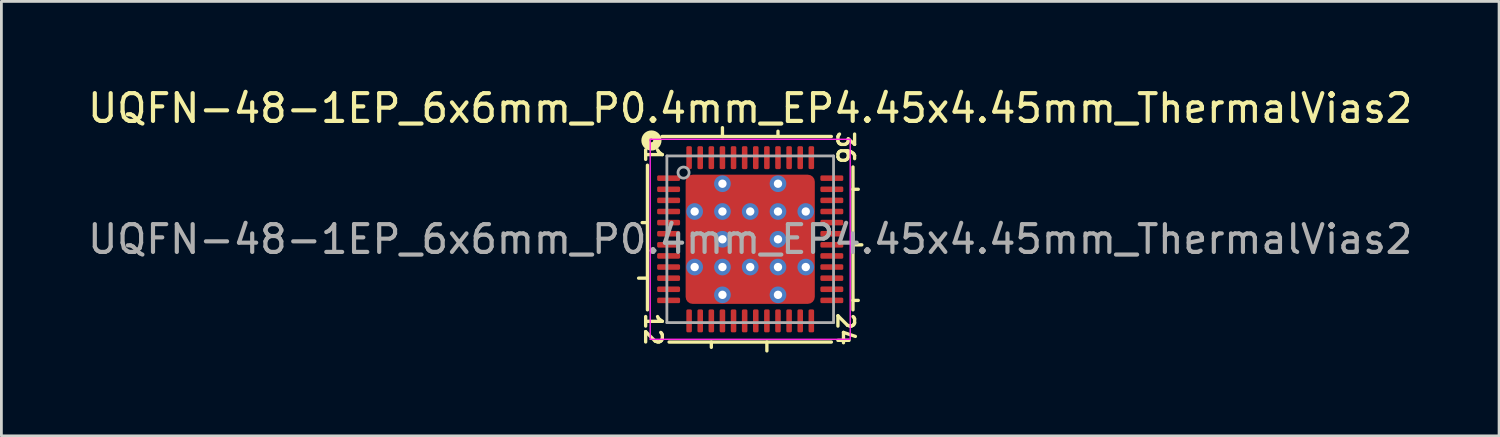
<source format=kicad_pcb>
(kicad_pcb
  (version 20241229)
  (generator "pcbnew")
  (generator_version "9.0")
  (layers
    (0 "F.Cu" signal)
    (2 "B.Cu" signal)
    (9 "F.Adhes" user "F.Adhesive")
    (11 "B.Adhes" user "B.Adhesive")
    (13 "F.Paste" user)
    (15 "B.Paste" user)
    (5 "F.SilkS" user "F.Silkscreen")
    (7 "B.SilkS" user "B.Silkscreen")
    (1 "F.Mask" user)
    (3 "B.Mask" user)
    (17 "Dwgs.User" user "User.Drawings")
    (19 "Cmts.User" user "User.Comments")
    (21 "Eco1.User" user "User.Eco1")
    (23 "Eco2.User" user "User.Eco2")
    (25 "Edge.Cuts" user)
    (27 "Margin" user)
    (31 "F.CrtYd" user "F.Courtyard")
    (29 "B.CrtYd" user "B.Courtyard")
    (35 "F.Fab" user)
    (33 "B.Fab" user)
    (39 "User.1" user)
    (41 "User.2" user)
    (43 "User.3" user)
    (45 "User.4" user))
  (footprint "UQFN-48-1EP_6x6mm_P0.4mm_EP4.45x4.45mm_ThermalVias2"
    (layer "F.Cu")
    (at 23.958 5.564)
    (property "Reference" "UQFN-48-1EP_6x6mm_P0.4mm_EP4.45x4.45mm_ThermalVias2" (at 0 -4.716 0) (layer "F.SilkS") (effects (font (size 1 1) (thickness 0.15))))
    (attr smd)
    (fp_line (start -3.7 -2.667) (end -3.7 2.54) (stroke (width 0.12) (type solid)) (layer "F.SilkS"))
    (fp_line (start -3.7 -0.6) (end -3.89 -0.6) (stroke (width 0.12) (type solid)) (layer "F.SilkS"))
    (fp_line (start -3.7 1.4) (end -4.018 1.4) (stroke (width 0.12) (type solid)) (layer "F.SilkS"))
    (fp_line (start -2.921 3.7) (end 2.921 3.7) (stroke (width 0.12) (type solid)) (layer "F.SilkS"))
    (fp_line (start -1.4 3.89) (end -1.4 3.7) (stroke (width 0.12) (type solid)) (layer "F.SilkS"))
    (fp_line (start -1 -3.7) (end -1 -4.018) (stroke (width 0.12) (type solid)) (layer "F.SilkS"))
    (fp_line (start 0.6 3.7) (end 0.6 4.018) (stroke (width 0.12) (type solid)) (layer "F.SilkS"))
    (fp_line (start 1 -3.7) (end 1 -3.89) (stroke (width 0.12) (type solid)) (layer "F.SilkS"))
    (fp_line (start 2.921 -3.7) (end -3.175 -3.7) (stroke (width 0.12) (type solid)) (layer "F.SilkS"))
    (fp_line (start 3.7 -1.8) (end 3.89 -1.8) (stroke (width 0.12) (type solid)) (layer "F.SilkS"))
    (fp_line (start 3.7 0.2) (end 4.018 0.2) (stroke (width 0.12) (type solid)) (layer "F.SilkS"))
    (fp_line (start 3.7 2.2) (end 3.89 2.2) (stroke (width 0.12) (type solid)) (layer "F.SilkS"))
    (fp_line (start 3.7 2.54) (end 3.7 -2.603) (stroke (width 0.12) (type solid)) (layer "F.SilkS"))
    (fp_circle (center -3.556 -3.556) (end -3.493 -3.556) (stroke (width 0.3) (type solid)) (fill no) (layer "F.SilkS"))
    (fp_line (start -3.6 -3.6) (end -3.6 3.6) (stroke (width 0.05) (type solid)) (layer "F.CrtYd"))
    (fp_line (start -3.6 3.6) (end 3.6 3.6) (stroke (width 0.05) (type solid)) (layer "F.CrtYd"))
    (fp_line (start 3.6 -3.6) (end -3.6 -3.6) (stroke (width 0.05) (type solid)) (layer "F.CrtYd"))
    (fp_line (start 3.6 3.6) (end 3.6 -3.6) (stroke (width 0.05) (type solid)) (layer "F.CrtYd"))
    (fp_line (start -3 -3) (end 3 -3) (stroke (width 0.1) (type solid)) (layer "F.Fab"))
    (fp_line (start -3 3) (end -3 -3) (stroke (width 0.1) (type solid)) (layer "F.Fab"))
    (fp_line (start 3 -3) (end 3 3) (stroke (width 0.1) (type solid)) (layer "F.Fab"))
    (fp_line (start 3 3) (end -3 3) (stroke (width 0.1) (type solid)) (layer "F.Fab"))
    (fp_circle (center -2.4 -2.4) (end -2.2 -2.4) (stroke (width 0.1) (type solid)) (fill no) (layer "F.Fab"))
    (fp_text user "36" (at 3.429 -3.302 270) (unlocked yes) (layer "F.SilkS") (effects (font (size 0.6 0.6) (thickness 0.12))))
    (fp_text user "24" (at 3.429 3.239 270) (unlocked yes) (layer "F.SilkS") (effects (font (size 0.6 0.6) (thickness 0.12))))
    (fp_text user "1" (at -3.493 -3.048 270) (unlocked yes) (layer "F.SilkS") (effects (font (size 0.6 0.6) (thickness 0.12))))
    (fp_text user "12" (at -3.493 3.239 270) (unlocked yes) (layer "F.SilkS") (effects (font (size 0.6 0.6) (thickness 0.12))))
    (fp_text user "${REFERENCE}" (at 0 0 0) (layer "F.Fab") (effects (font (size 1 1) (thickness 0.15))))
    (pad "" smd roundrect (at -1.775 -1.775) (size 0.65 0.65) (layers "F.Paste") (roundrect_rratio 0.25))
    (pad "" smd roundrect (at -1.775 -0.35) (size 0.65 0.5) (layers "F.Paste") (roundrect_rratio 0.25))
    (pad "" smd roundrect (at -1.775 0.35) (size 0.65 0.5) (layers "F.Paste") (roundrect_rratio 0.25))
    (pad "" smd roundrect (at -1.775 1.775) (size 0.65 0.65) (layers "F.Paste") (roundrect_rratio 0.25))
    (pad "" smd roundrect (at -1.762 -1.762 270) (size 0.925 0.925) (layers "F.Mask") (roundrect_rratio 0.25))
    (pad "" smd roundrect (at -1.762 0 270) (size 1.4 0.925) (layers "F.Mask") (roundrect_rratio 0.25))
    (pad "" smd roundrect (at -1.762 1.762 270) (size 0.925 0.925) (layers "F.Mask") (roundrect_rratio 0.25))
    (pad "" smd roundrect (at -0.35 -1.775 90) (size 0.65 0.5) (layers "F.Paste") (roundrect_rratio 0.25))
    (pad "" smd roundrect (at -0.35 -0.35) (size 0.5 0.5) (layers "F.Paste") (roundrect_rratio 0.25))
    (pad "" smd roundrect (at -0.35 0.35) (size 0.5 0.5) (layers "F.Paste") (roundrect_rratio 0.25))
    (pad "" smd roundrect (at -0.35 1.775 90) (size 0.65 0.5) (layers "F.Paste") (roundrect_rratio 0.25))
    (pad "" smd roundrect (at 0 -1.762) (size 1.4 0.925) (layers "F.Mask") (roundrect_rratio 0.25))
    (pad "" smd roundrect (at 0 0 270) (size 1.4 1.4) (layers "F.Mask") (roundrect_rratio 0.167))
    (pad "" smd roundrect (at 0 1.762) (size 1.4 0.925) (layers "F.Mask") (roundrect_rratio 0.25))
    (pad "" smd roundrect (at 0.35 -1.775 90) (size 0.65 0.5) (layers "F.Paste") (roundrect_rratio 0.25))
    (pad "" smd roundrect (at 0.35 -0.35) (size 0.5 0.5) (layers "F.Paste") (roundrect_rratio 0.25))
    (pad "" smd roundrect (at 0.35 0.35) (size 0.5 0.5) (layers "F.Paste") (roundrect_rratio 0.25))
    (pad "" smd roundrect (at 0.35 1.775 90) (size 0.65 0.5) (layers "F.Paste") (roundrect_rratio 0.25))
    (pad "" smd roundrect (at 1.762 -1.762 270) (size 0.925 0.925) (layers "F.Mask") (roundrect_rratio 0.25))
    (pad "" smd roundrect (at 1.762 0 270) (size 1.4 0.925) (layers "F.Mask") (roundrect_rratio 0.25))
    (pad "" smd roundrect (at 1.762 1.762 270) (size 0.925 0.925) (layers "F.Mask") (roundrect_rratio 0.25))
    (pad "" smd roundrect (at 1.775 -1.775) (size 0.65 0.65) (layers "F.Paste") (roundrect_rratio 0.25))
    (pad "" smd roundrect (at 1.775 -0.35) (size 0.65 0.5) (layers "F.Paste") (roundrect_rratio 0.25))
    (pad "" smd roundrect (at 1.775 0.35) (size 0.65 0.5) (layers "F.Paste") (roundrect_rratio 0.25))
    (pad "" smd roundrect (at 1.775 1.775) (size 0.65 0.65) (layers "F.Paste") (roundrect_rratio 0.25))
    (pad "1" smd roundrect (at -2.938 -2.2) (size 0.825 0.2) (layers "F.Cu" "F.Mask" "F.Paste") (roundrect_rratio 0.25))
    (pad "2" smd roundrect (at -2.938 -1.8) (size 0.825 0.2) (layers "F.Cu" "F.Mask" "F.Paste") (roundrect_rratio 0.25))
    (pad "3" smd roundrect (at -2.938 -1.4) (size 0.825 0.2) (layers "F.Cu" "F.Mask" "F.Paste") (roundrect_rratio 0.25))
    (pad "4" smd roundrect (at -2.938 -1) (size 0.825 0.2) (layers "F.Cu" "F.Mask" "F.Paste") (roundrect_rratio 0.25))
    (pad "5" smd roundrect (at -2.938 -0.6) (size 0.825 0.2) (layers "F.Cu" "F.Mask" "F.Paste") (roundrect_rratio 0.25))
    (pad "6" smd roundrect (at -2.938 -0.2) (size 0.825 0.2) (layers "F.Cu" "F.Mask" "F.Paste") (roundrect_rratio 0.25))
    (pad "7" smd roundrect (at -2.938 0.2) (size 0.825 0.2) (layers "F.Cu" "F.Mask" "F.Paste") (roundrect_rratio 0.25))
    (pad "8" smd roundrect (at -2.938 0.6) (size 0.825 0.2) (layers "F.Cu" "F.Mask" "F.Paste") (roundrect_rratio 0.25))
    (pad "9" smd roundrect (at -2.938 1) (size 0.825 0.2) (layers "F.Cu" "F.Mask" "F.Paste") (roundrect_rratio 0.25))
    (pad "10" smd roundrect (at -2.938 1.4) (size 0.825 0.2) (layers "F.Cu" "F.Mask" "F.Paste") (roundrect_rratio 0.25))
    (pad "11" smd roundrect (at -2.938 1.8) (size 0.825 0.2) (layers "F.Cu" "F.Mask" "F.Paste") (roundrect_rratio 0.25))
    (pad "12" smd roundrect (at -2.938 2.2) (size 0.825 0.2) (layers "F.Cu" "F.Mask" "F.Paste") (roundrect_rratio 0.25))
    (pad "13" smd roundrect (at -2.2 2.938) (size 0.2 0.825) (layers "F.Cu" "F.Mask" "F.Paste") (roundrect_rratio 0.25))
    (pad "14" smd roundrect (at -1.8 2.938) (size 0.2 0.825) (layers "F.Cu" "F.Mask" "F.Paste") (roundrect_rratio 0.25))
    (pad "15" smd roundrect (at -1.4 2.938) (size 0.2 0.825) (layers "F.Cu" "F.Mask" "F.Paste") (roundrect_rratio 0.25))
    (pad "16" smd roundrect (at -1 2.938) (size 0.2 0.825) (layers "F.Cu" "F.Mask" "F.Paste") (roundrect_rratio 0.25))
    (pad "17" smd roundrect (at -0.6 2.938) (size 0.2 0.825) (layers "F.Cu" "F.Mask" "F.Paste") (roundrect_rratio 0.25))
    (pad "18" smd roundrect (at -0.2 2.938) (size 0.2 0.825) (layers "F.Cu" "F.Mask" "F.Paste") (roundrect_rratio 0.25))
    (pad "19" smd roundrect (at 0.2 2.938) (size 0.2 0.825) (layers "F.Cu" "F.Mask" "F.Paste") (roundrect_rratio 0.25))
    (pad "20" smd roundrect (at 0.6 2.938) (size 0.2 0.825) (layers "F.Cu" "F.Mask" "F.Paste") (roundrect_rratio 0.25))
    (pad "21" smd roundrect (at 1 2.938) (size 0.2 0.825) (layers "F.Cu" "F.Mask" "F.Paste") (roundrect_rratio 0.25))
    (pad "22" smd roundrect (at 1.4 2.938) (size 0.2 0.825) (layers "F.Cu" "F.Mask" "F.Paste") (roundrect_rratio 0.25))
    (pad "23" smd roundrect (at 1.8 2.938) (size 0.2 0.825) (layers "F.Cu" "F.Mask" "F.Paste") (roundrect_rratio 0.25))
    (pad "24" smd roundrect (at 2.2 2.938) (size 0.2 0.825) (layers "F.Cu" "F.Mask" "F.Paste") (roundrect_rratio 0.25))
    (pad "25" smd roundrect (at 2.938 2.2) (size 0.825 0.2) (layers "F.Cu" "F.Mask" "F.Paste") (roundrect_rratio 0.25))
    (pad "26" smd roundrect (at 2.938 1.8) (size 0.825 0.2) (layers "F.Cu" "F.Mask" "F.Paste") (roundrect_rratio 0.25))
    (pad "27" smd roundrect (at 2.938 1.4) (size 0.825 0.2) (layers "F.Cu" "F.Mask" "F.Paste") (roundrect_rratio 0.25))
    (pad "28" smd roundrect (at 2.938 1) (size 0.825 0.2) (layers "F.Cu" "F.Mask" "F.Paste") (roundrect_rratio 0.25))
    (pad "29" smd roundrect (at 2.938 0.6) (size 0.825 0.2) (layers "F.Cu" "F.Mask" "F.Paste") (roundrect_rratio 0.25))
    (pad "30" smd roundrect (at 2.938 0.2) (size 0.825 0.2) (layers "F.Cu" "F.Mask" "F.Paste") (roundrect_rratio 0.25))
    (pad "31" smd roundrect (at 2.938 -0.2) (size 0.825 0.2) (layers "F.Cu" "F.Mask" "F.Paste") (roundrect_rratio 0.25))
    (pad "32" smd roundrect (at 2.938 -0.6) (size 0.825 0.2) (layers "F.Cu" "F.Mask" "F.Paste") (roundrect_rratio 0.25))
    (pad "33" smd roundrect (at 2.938 -1) (size 0.825 0.2) (layers "F.Cu" "F.Mask" "F.Paste") (roundrect_rratio 0.25))
    (pad "34" smd roundrect (at 2.938 -1.4) (size 0.825 0.2) (layers "F.Cu" "F.Mask" "F.Paste") (roundrect_rratio 0.25))
    (pad "35" smd roundrect (at 2.938 -1.8) (size 0.825 0.2) (layers "F.Cu" "F.Mask" "F.Paste") (roundrect_rratio 0.25))
    (pad "36" smd roundrect (at 2.938 -2.2) (size 0.825 0.2) (layers "F.Cu" "F.Mask" "F.Paste") (roundrect_rratio 0.25))
    (pad "37" smd roundrect (at 2.2 -2.938) (size 0.2 0.825) (layers "F.Cu" "F.Mask" "F.Paste") (roundrect_rratio 0.25))
    (pad "38" smd roundrect (at 1.8 -2.938) (size 0.2 0.825) (layers "F.Cu" "F.Mask" "F.Paste") (roundrect_rratio 0.25))
    (pad "39" smd roundrect (at 1.4 -2.938) (size 0.2 0.825) (layers "F.Cu" "F.Mask" "F.Paste") (roundrect_rratio 0.25))
    (pad "40" smd roundrect (at 1 -2.938) (size 0.2 0.825) (layers "F.Cu" "F.Mask" "F.Paste") (roundrect_rratio 0.25))
    (pad "41" smd roundrect (at 0.6 -2.938) (size 0.2 0.825) (layers "F.Cu" "F.Mask" "F.Paste") (roundrect_rratio 0.25))
    (pad "42" smd roundrect (at 0.2 -2.938) (size 0.2 0.825) (layers "F.Cu" "F.Mask" "F.Paste") (roundrect_rratio 0.25))
    (pad "43" smd roundrect (at -0.2 -2.938) (size 0.2 0.825) (layers "F.Cu" "F.Mask" "F.Paste") (roundrect_rratio 0.25))
    (pad "44" smd roundrect (at -0.6 -2.938) (size 0.2 0.825) (layers "F.Cu" "F.Mask" "F.Paste") (roundrect_rratio 0.25))
    (pad "45" smd roundrect (at -1 -2.938) (size 0.2 0.825) (layers "F.Cu" "F.Mask" "F.Paste") (roundrect_rratio 0.25))
    (pad "46" smd roundrect (at -1.4 -2.938) (size 0.2 0.825) (layers "F.Cu" "F.Mask" "F.Paste") (roundrect_rratio 0.25))
    (pad "47" smd roundrect (at -1.8 -2.938) (size 0.2 0.825) (layers "F.Cu" "F.Mask" "F.Paste") (roundrect_rratio 0.25))
    (pad "48" smd roundrect (at -2.2 -2.938) (size 0.2 0.825) (layers "F.Cu" "F.Mask" "F.Paste") (roundrect_rratio 0.25))
    (pad "49" thru_hole circle (at -2 -1 180) (size 0.6 0.6) (drill 0.3) (property pad_prop_heatsink) (layers "*.Cu" "*.Mask"))
    (pad "49" thru_hole circle (at -2 1 180) (size 0.6 0.6) (drill 0.3) (property pad_prop_heatsink) (layers "*.Cu" "*.Mask"))
    (pad "49" thru_hole circle (at -1 -2 180) (size 0.6 0.6) (drill 0.3) (property pad_prop_heatsink) (layers "*.Cu" "*.Mask"))
    (pad "49" thru_hole circle (at -1 -1 180) (size 0.6 0.6) (drill 0.3) (property pad_prop_heatsink) (layers "*.Cu" "*.Mask"))
    (pad "49" thru_hole circle (at -1 0 180) (size 0.6 0.6) (drill 0.3) (property pad_prop_heatsink) (layers "*.Cu" "*.Mask"))
    (pad "49" thru_hole circle (at -1 1 180) (size 0.6 0.6) (drill 0.3) (property pad_prop_heatsink) (layers "*.Cu" "*.Mask"))
    (pad "49" thru_hole circle (at -1 2 180) (size 0.6 0.6) (drill 0.3) (property pad_prop_heatsink) (layers "*.Cu" "*.Mask"))
    (pad "49" thru_hole circle (at 0 -1 180) (size 0.6 0.6) (drill 0.3) (property pad_prop_heatsink) (layers "*.Cu" "*.Mask"))
    (pad "49" smd roundrect (at 0 0) (size 4.65 4.65) (layers "F.Cu") (roundrect_rratio 0.054))
    (pad "49" thru_hole circle (at 0 1 180) (size 0.6 0.6) (drill 0.3) (property pad_prop_heatsink) (layers "*.Cu" "*.Mask"))
    (pad "49" thru_hole circle (at 1 -2 180) (size 0.6 0.6) (drill 0.3) (property pad_prop_heatsink) (layers "*.Cu" "*.Mask"))
    (pad "49" thru_hole circle (at 1 -1 180) (size 0.6 0.6) (drill 0.3) (property pad_prop_heatsink) (layers "*.Cu" "*.Mask"))
    (pad "49" thru_hole circle (at 1 0 180) (size 0.6 0.6) (drill 0.3) (property pad_prop_heatsink) (layers "*.Cu" "*.Mask"))
    (pad "49" thru_hole circle (at 1 1 180) (size 0.6 0.6) (drill 0.3) (property pad_prop_heatsink) (layers "*.Cu" "*.Mask"))
    (pad "49" thru_hole circle (at 1 2 180) (size 0.6 0.6) (drill 0.3) (property pad_prop_heatsink) (layers "*.Cu" "*.Mask"))
    (pad "49" thru_hole circle (at 2 -1 180) (size 0.6 0.6) (drill 0.3) (property pad_prop_heatsink) (layers "*.Cu" "*.Mask"))
    (pad "49" thru_hole circle (at 2 1 180) (size 0.6 0.6) (drill 0.3) (property pad_prop_heatsink) (layers "*.Cu" "*.Mask")))
  (gr_rect
    (start -3 -3)
    (end 50.917 12.642)
    (stroke (width 0.1) (type default))
    (fill no)
    (layer "Edge.Cuts")))
</source>
